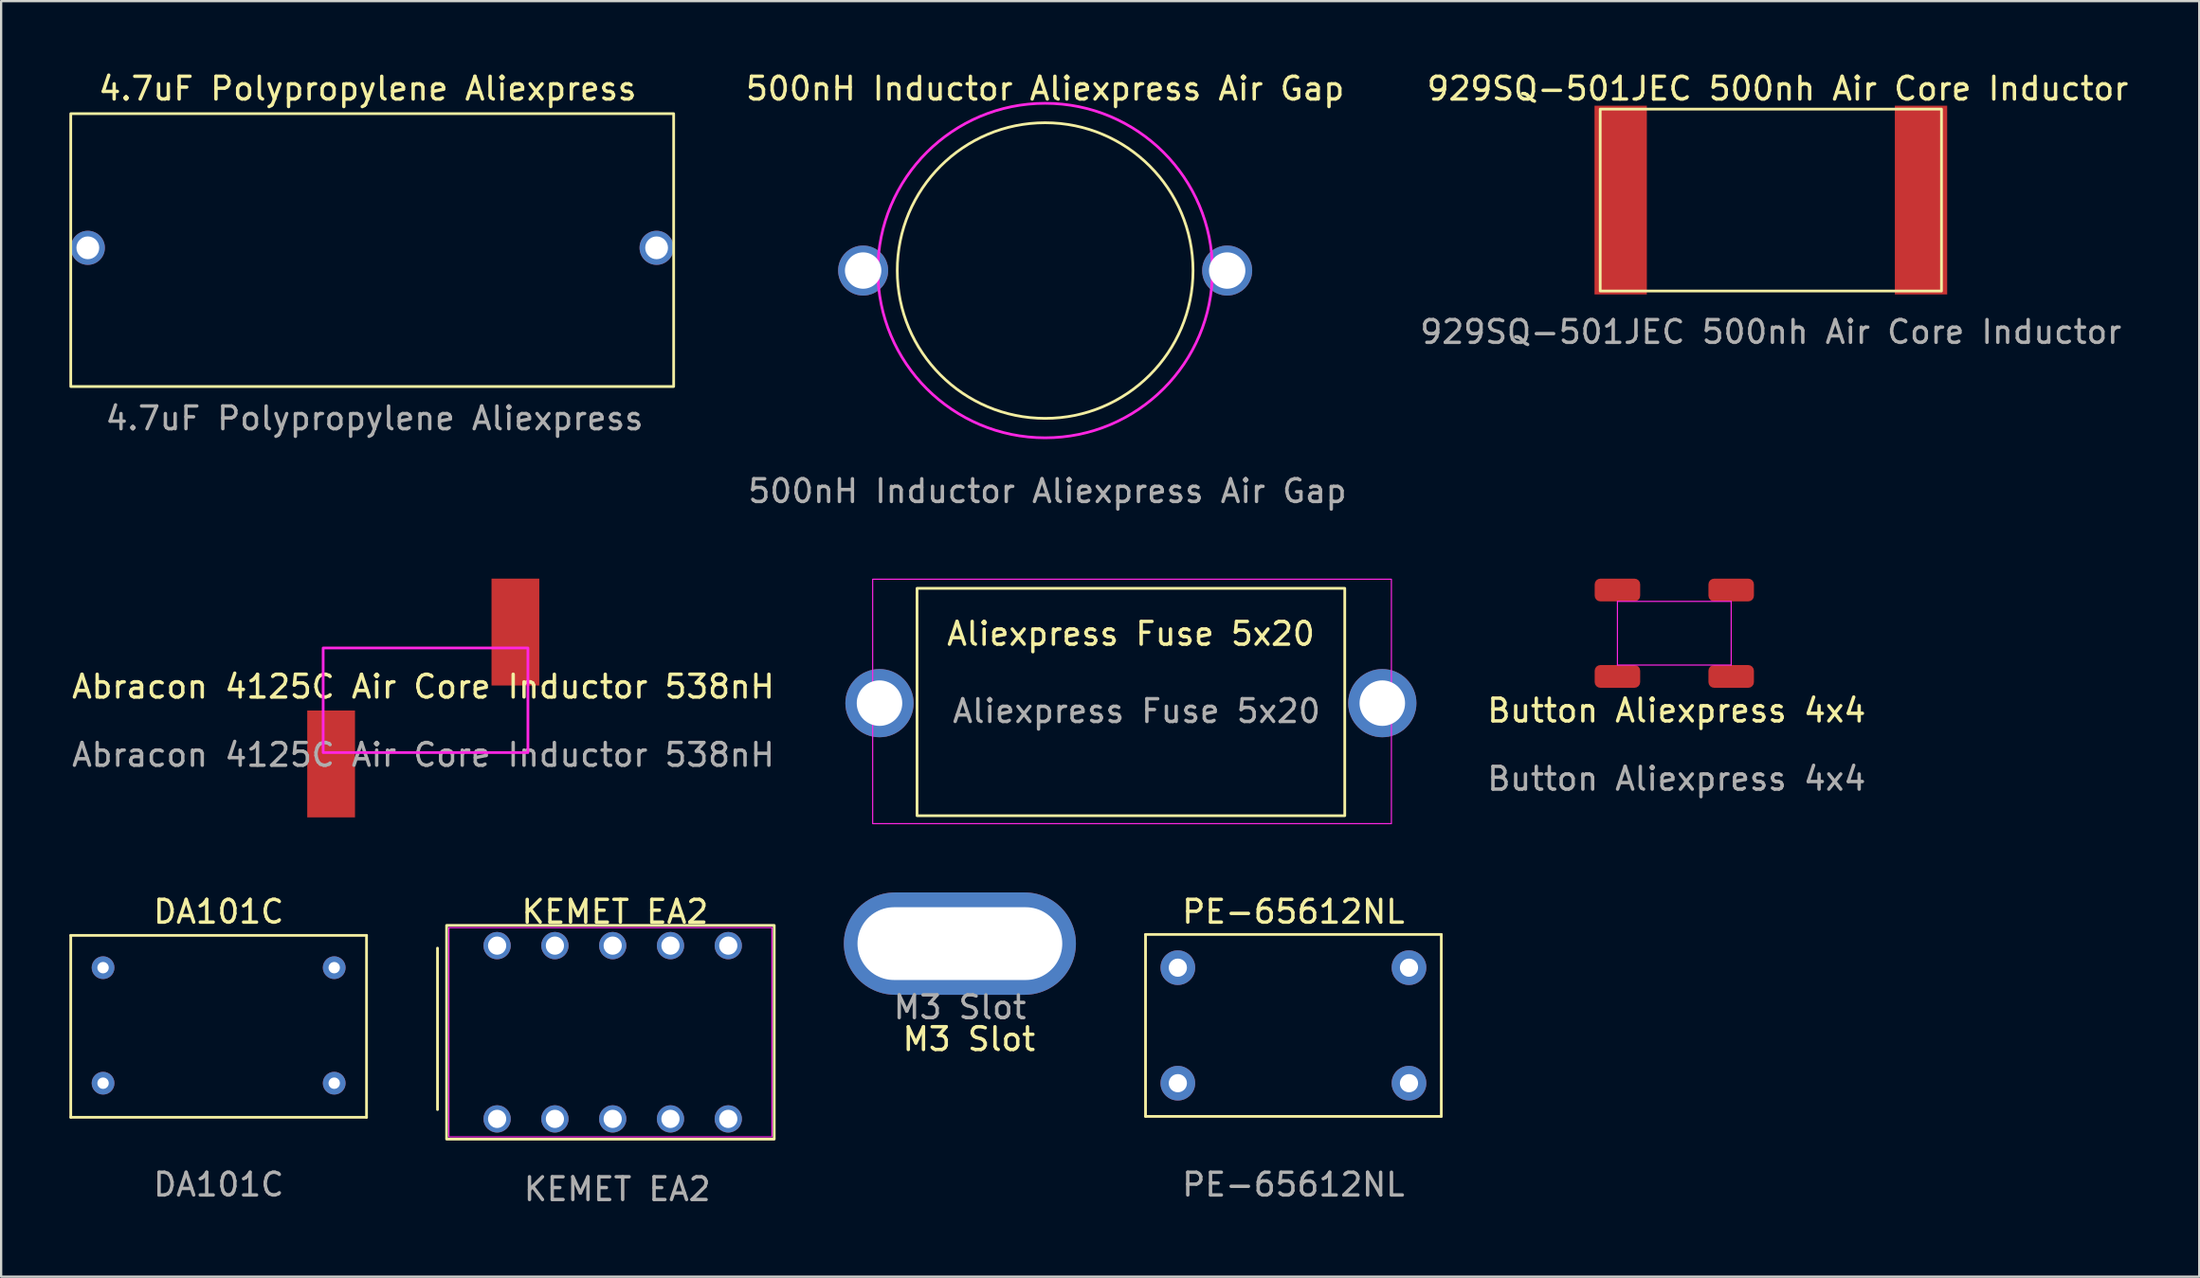
<source format=kicad_pcb>
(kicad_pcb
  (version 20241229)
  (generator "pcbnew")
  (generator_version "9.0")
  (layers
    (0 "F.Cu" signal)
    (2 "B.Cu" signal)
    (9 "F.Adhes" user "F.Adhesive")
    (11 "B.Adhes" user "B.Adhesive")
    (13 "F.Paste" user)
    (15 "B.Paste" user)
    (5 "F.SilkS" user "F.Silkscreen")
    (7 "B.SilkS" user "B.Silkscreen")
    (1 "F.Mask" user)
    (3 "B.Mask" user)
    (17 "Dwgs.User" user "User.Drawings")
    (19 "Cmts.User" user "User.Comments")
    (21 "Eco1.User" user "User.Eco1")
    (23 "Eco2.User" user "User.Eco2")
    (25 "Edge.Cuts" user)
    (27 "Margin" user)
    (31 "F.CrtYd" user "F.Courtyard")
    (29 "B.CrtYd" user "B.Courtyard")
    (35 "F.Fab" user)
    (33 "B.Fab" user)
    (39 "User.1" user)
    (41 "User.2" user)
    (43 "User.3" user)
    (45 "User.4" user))
  (footprint "M3 Slot"
    (layer "F.Cu")
    (at 39.14 38.447)
    (property "Reference" "M3 Slot" (at 0.4 4.2 0) (unlocked yes) (layer "F.SilkS") (effects (font (size 1 1) (thickness 0.15))))
    (attr through_hole)
    (fp_text user "${REFERENCE}" (at 0 2.8 0) (unlocked yes) (layer "F.Fab") (effects (font (size 1 1) (thickness 0.15))))
    (pad "" thru_hole oval (at 0 0 270) (size 4.5 10.2) (drill oval 3.2 9) (layers "*.Cu" "*.Mask")))
  (footprint "DA101C"
    (layer "F.Cu")
    (at 6.56 42.045)
    (property "Reference" "DA101C" (at 0 -5 0) (unlocked yes) (layer "F.SilkS") (effects (font (size 1 1) (thickness 0.15))))
    (attr through_hole)
    (fp_line (start -6.5 -3.96) (end -6.5 4.04) (stroke (width 0.12) (type default)) (layer "F.SilkS"))
    (fp_line (start -6.5 4.04) (end 6.5 4.04) (stroke (width 0.12) (type default)) (layer "F.SilkS"))
    (fp_line (start 6.5 -3.96) (end -6.5 -3.96) (stroke (width 0.12) (type default)) (layer "F.SilkS"))
    (fp_line (start 6.5 4.04) (end 6.5 -3.96) (stroke (width 0.12) (type default)) (layer "F.SilkS"))
    (fp_text user "${REFERENCE}" (at 0 7 0) (unlocked yes) (layer "F.Fab") (effects (font (size 1 1) (thickness 0.15))))
    (pad "1" thru_hole circle (at -5.08 -2.54) (size 1 1) (drill 0.5) (layers "*.Cu" "*.Mask"))
    (pad "2" thru_hole circle (at -5.08 2.54) (size 1 1) (drill 0.5) (layers "*.Cu" "*.Mask"))
    (pad "3" thru_hole circle (at 5.08 2.54) (size 1 1) (drill 0.5) (layers "*.Cu" "*.Mask"))
    (pad "4" thru_hole circle (at 5.08 -2.54) (size 1 1) (drill 0.5) (layers "*.Cu" "*.Mask")))
  (footprint "Button Aliexpress 4x4"
    (layer "F.Cu")
    (at 70.642 28.697)
    (property "Reference" "Button Aliexpress 4x4" (at 0 -0.5 0) (unlocked yes) (layer "F.SilkS") (effects (font (size 1 1) (thickness 0.15))))
    (attr smd)
    (fp_line (start -2.6 -5.3) (end -2.6 -2.5) (stroke (width 0.05) (type solid)) (layer "F.CrtYd"))
    (fp_line (start -2.6 -2.5) (end 2.4 -2.5) (stroke (width 0.05) (type solid)) (layer "F.CrtYd"))
    (fp_line (start 2.4 -5.3) (end -2.6 -5.3) (stroke (width 0.05) (type solid)) (layer "F.CrtYd"))
    (fp_line (start 2.4 -2.5) (end 2.4 -5.3) (stroke (width 0.05) (type solid)) (layer "F.CrtYd"))
    (fp_text user "${REFERENCE}" (at 0 2.5 0) (unlocked yes) (layer "F.Fab") (effects (font (size 1 1) (thickness 0.15))))
    (pad "1" smd roundrect (at -2.6 -5.8) (size 2 1) (layers "F.Cu" "F.Mask" "F.Paste") (roundrect_rratio 0.25))
    (pad "1" smd roundrect (at 2.4 -5.8) (size 2 1) (layers "F.Cu" "F.Mask" "F.Paste") (roundrect_rratio 0.25))
    (pad "2" smd roundrect (at -2.6 -2) (size 2 1) (layers "F.Cu" "F.Mask" "F.Paste") (roundrect_rratio 0.25))
    (pad "2" smd roundrect (at 2.4 -2) (size 2 1) (layers "F.Cu" "F.Mask" "F.Paste") (roundrect_rratio 0.25)))
  (footprint "4.7uF Polypropylene Aliexpress"
    (layer "F.Cu")
    (at 13.31 7.848)
    (property "Reference" "4.7uF Polypropylene Aliexpress" (at -0.2 -7 0) (unlocked yes) (layer "F.SilkS") (effects (font (size 1 1) (thickness 0.15))))
    (attr through_hole)
    (fp_rect (start -13.25 -5.9) (end 13.25 6.1) (stroke (width 0.12) (type default)) (fill no) (layer "F.SilkS"))
    (fp_text user "${REFERENCE}" (at 0.1 7.5 0) (unlocked yes) (layer "F.Fab") (effects (font (size 1 1) (thickness 0.15))))
    (pad "1" thru_hole circle (at -12.5 0) (size 1.5 1.5) (drill 1) (layers "*.Cu" "*.Mask"))
    (pad "2" thru_hole circle (at 12.5 0) (size 1.5 1.5) (drill 1) (layers "*.Cu" "*.Mask")))
  (footprint "PE-65612NL"
    (layer "F.Cu")
    (at 53.8 42.045)
    (property "Reference" "PE-65612NL" (at 0 -5 0) (unlocked yes) (layer "F.SilkS") (effects (font (size 1 1) (thickness 0.15))))
    (attr through_hole)
    (fp_line (start -6.5 -4) (end -6.5 4) (stroke (width 0.12) (type default)) (layer "F.SilkS"))
    (fp_line (start -6.5 4) (end 6.5 4) (stroke (width 0.12) (type default)) (layer "F.SilkS"))
    (fp_line (start 6.5 -4) (end -6.5 -4) (stroke (width 0.12) (type default)) (layer "F.SilkS"))
    (fp_line (start 6.5 4) (end 6.5 -4) (stroke (width 0.12) (type default)) (layer "F.SilkS"))
    (fp_text user "${REFERENCE}" (at 0 7 0) (unlocked yes) (layer "F.Fab") (effects (font (size 1 1) (thickness 0.15))))
    (pad "1" thru_hole circle (at -5.08 2.54) (size 1.524 1.524) (drill 0.8) (layers "*.Cu" "*.Mask"))
    (pad "2" thru_hole circle (at -5.08 -2.54) (size 1.524 1.524) (drill 0.8) (layers "*.Cu" "*.Mask"))
    (pad "3" thru_hole circle (at 5.08 2.54) (size 1.524 1.524) (drill 0.8) (layers "*.Cu" "*.Mask"))
    (pad "4" thru_hole circle (at 5.08 -2.54) (size 1.524 1.524) (drill 0.8) (layers "*.Cu" "*.Mask")))
  (footprint "Aliexpress Fuse 5x20"
    (layer "F.Cu")
    (at 46.657 25.322)
    (property "Reference" "Aliexpress Fuse 5x20" (at 0 -0.5 0) (unlocked yes) (layer "F.SilkS") (effects (font (size 1 1) (thickness 0.15))))
    (attr through_hole)
    (fp_rect (start -9.4 -2.5) (end 9.4 7.5) (stroke (width 0.12) (type solid)) (fill no) (layer "F.SilkS"))
    (fp_rect (start -11.35 -2.9) (end 11.45 7.85) (stroke (width 0.05) (type solid)) (fill no) (layer "F.CrtYd"))
    (fp_text user "${REFERENCE}" (at 0.25 2.9 0) (unlocked yes) (layer "F.Fab") (effects (font (size 1 1) (thickness 0.15))))
    (pad "1" thru_hole circle (at -11.05 2.55) (size 3 3) (drill 2) (layers "*.Cu" "*.Mask"))
    (pad "2" thru_hole circle (at 11.05 2.55) (size 3 3) (drill 2) (layers "*.Cu" "*.Mask")))
  (footprint "929SQ-501JEC 500nh Air Core Inductor"
    (layer "F.Cu")
    (at 74.785 5.748)
    (property "Reference" "929SQ-501JEC 500nh Air Core Inductor" (at 0.3 -4.9 0) (unlocked yes) (layer "F.SilkS") (effects (font (size 1 1) (thickness 0.15))))
    (attr smd)
    (fp_rect (start -7.5 -4) (end 7.5 4) (stroke (width 0.12) (type default)) (fill no) (layer "F.SilkS"))
    (fp_text user "${REFERENCE}" (at 0 5.8 0) (unlocked yes) (layer "F.Fab") (effects (font (size 1 1) (thickness 0.15))))
    (pad "1" smd rect (at -6.6 0) (size 2.3 8.3) (layers "F.Cu" "F.Mask" "F.Paste"))
    (pad "2" smd rect (at 6.6 0) (size 2.3 8.3) (layers "F.Cu" "F.Mask" "F.Paste")))
  (footprint "500nH Inductor Aliexpress Air Gap"
    (layer "F.Cu")
    (at 42.888 8.848)
    (property "Reference" "500nH Inductor Aliexpress Air Gap" (at 0 -8 0) (unlocked yes) (layer "F.SilkS") (effects (font (size 1 1) (thickness 0.15))))
    (attr through_hole)
    (fp_circle (center 0 0) (end 6.5 0) (stroke (width 0.12) (type default)) (fill no) (layer "F.SilkS"))
    (fp_circle (center 0 0) (end 7.355 0) (stroke (width 0.12) (type default)) (fill no) (layer "F.CrtYd"))
    (fp_text user "${REFERENCE}" (at 0.1 9.7 0) (unlocked yes) (layer "F.Fab") (effects (font (size 1 1) (thickness 0.15))))
    (pad "1" thru_hole circle (at -8 0) (size 2.2 2.2) (drill 1.6) (layers "*.Cu" "*.Mask"))
    (pad "2" thru_hole circle (at 8 0) (size 2.2 2.2) (drill 1.6) (layers "*.Cu" "*.Mask")))
  (footprint "Abracon 4125C Air Core Inductor 538nH"
    (layer "F.Cu")
    (at 15.554 27.646)
    (property "Reference" "Abracon 4125C Air Core Inductor 538nH" (at 0 -0.5 0) (unlocked yes) (layer "F.SilkS") (effects (font (size 1 1) (thickness 0.15))))
    (attr smd)
    (fp_rect (start -4.4 -2.2) (end 4.6 2.4) (stroke (width 0.12) (type default)) (fill no) (layer "F.CrtYd"))
    (fp_text user "${REFERENCE}" (at 0 2.5 0) (unlocked yes) (layer "F.Fab") (effects (font (size 1 1) (thickness 0.15))))
    (pad "1" smd rect (at 4.05 -2.9) (size 2.1 4.7) (layers "F.Cu" "F.Mask" "F.Paste"))
    (pad "2" smd rect (at -4.05 2.9) (size 2.1 4.7) (layers "F.Cu" "F.Mask" "F.Paste")))
  (footprint "KEMET EA2"
    (layer "F.Cu")
    (at 23.88 42.345)
    (property "Reference" "KEMET EA2" (at 0.1 -5.3 0) (unlocked yes) (layer "F.SilkS") (effects (font (size 1 1) (thickness 0.15))))
    (attr through_hole)
    (fp_line (start -7.7 -3.7) (end -7.7 3.4) (stroke (width 0.12) (type default)) (layer "F.SilkS"))
    (fp_rect (start -7.3 -4.7) (end 7.1 4.7) (stroke (width 0.12) (type default)) (fill no) (layer "F.SilkS"))
    (fp_rect (start -7.2 -4.6) (end 7 4.6) (stroke (width 0.05) (type default)) (fill no) (layer "F.CrtYd"))
    (fp_text user "${REFERENCE}" (at 0.2 6.9 0) (unlocked yes) (layer "F.Fab") (effects (font (size 1 1) (thickness 0.15))))
    (pad "1" thru_hole circle (at -5.08 3.81) (size 1.2 1.2) (drill 0.8) (layers "*.Cu" "*.Mask"))
    (pad "3" thru_hole circle (at -2.54 3.81) (size 1.2 1.2) (drill 0.8) (layers "*.Cu" "*.Mask"))
    (pad "4" thru_hole circle (at 0 3.81) (size 1.2 1.2) (drill 0.8) (layers "*.Cu" "*.Mask"))
    (pad "5" thru_hole circle (at 2.54 3.81) (size 1.2 1.2) (drill 0.8) (layers "*.Cu" "*.Mask"))
    (pad "6" thru_hole circle (at 5.08 3.81) (size 1.2 1.2) (drill 0.8) (layers "*.Cu" "*.Mask"))
    (pad "7" thru_hole circle (at 5.08 -3.81) (size 1.2 1.2) (drill 0.8) (layers "*.Cu" "*.Mask"))
    (pad "8" thru_hole circle (at 2.54 -3.81) (size 1.2 1.2) (drill 0.8) (layers "*.Cu" "*.Mask"))
    (pad "9" thru_hole circle (at 0 -3.81) (size 1.2 1.2) (drill 0.8) (layers "*.Cu" "*.Mask"))
    (pad "10" thru_hole circle (at -2.54 -3.81) (size 1.2 1.2) (drill 0.8) (layers "*.Cu" "*.Mask"))
    (pad "12" thru_hole circle (at -5.08 -3.81) (size 1.2 1.2) (drill 0.8) (layers "*.Cu" "*.Mask")))
  (gr_rect
    (start -3 -3)
    (end 93.615 53.093)
    (stroke (width 0.1) (type default))
    (fill no)
    (layer "Edge.Cuts")))
</source>
